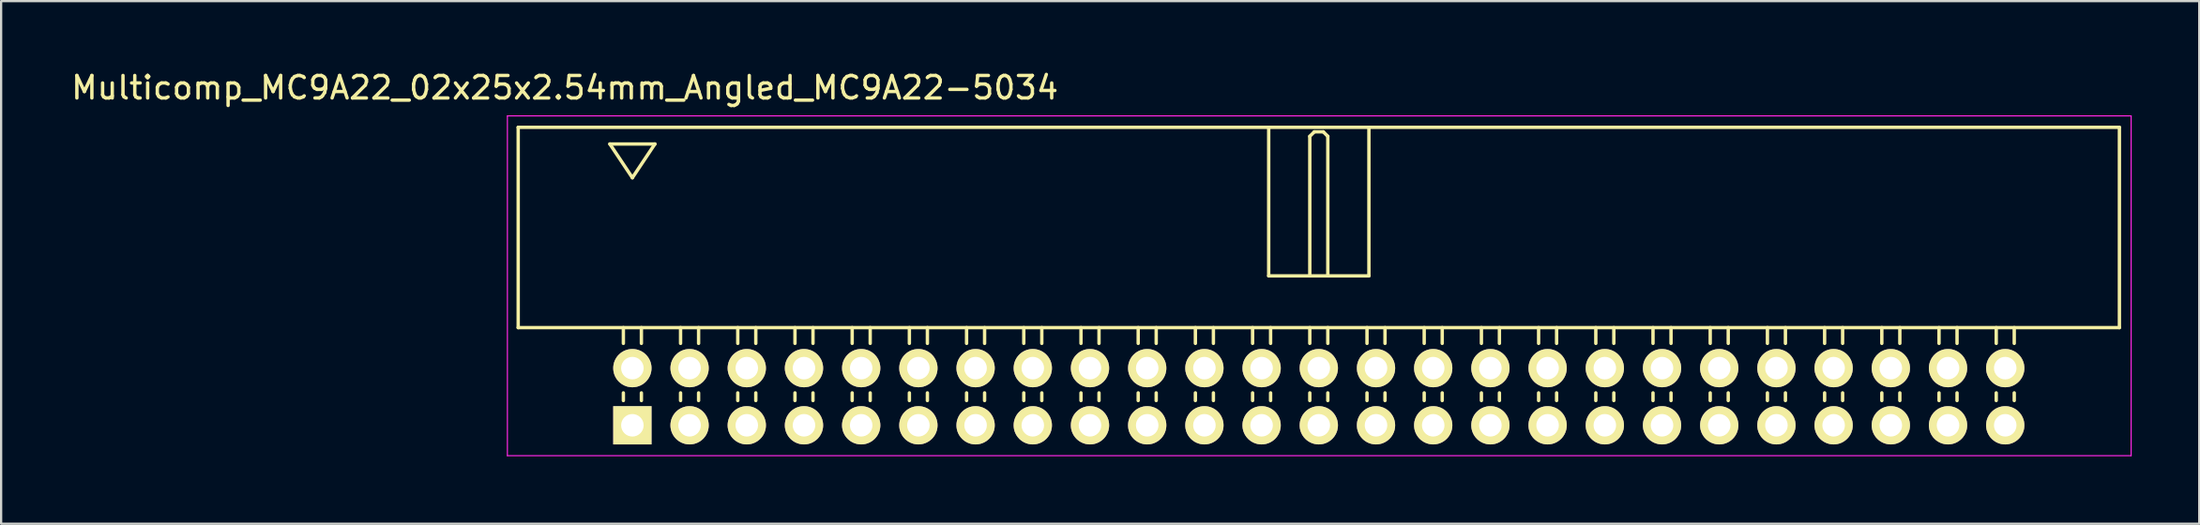
<source format=kicad_pcb>
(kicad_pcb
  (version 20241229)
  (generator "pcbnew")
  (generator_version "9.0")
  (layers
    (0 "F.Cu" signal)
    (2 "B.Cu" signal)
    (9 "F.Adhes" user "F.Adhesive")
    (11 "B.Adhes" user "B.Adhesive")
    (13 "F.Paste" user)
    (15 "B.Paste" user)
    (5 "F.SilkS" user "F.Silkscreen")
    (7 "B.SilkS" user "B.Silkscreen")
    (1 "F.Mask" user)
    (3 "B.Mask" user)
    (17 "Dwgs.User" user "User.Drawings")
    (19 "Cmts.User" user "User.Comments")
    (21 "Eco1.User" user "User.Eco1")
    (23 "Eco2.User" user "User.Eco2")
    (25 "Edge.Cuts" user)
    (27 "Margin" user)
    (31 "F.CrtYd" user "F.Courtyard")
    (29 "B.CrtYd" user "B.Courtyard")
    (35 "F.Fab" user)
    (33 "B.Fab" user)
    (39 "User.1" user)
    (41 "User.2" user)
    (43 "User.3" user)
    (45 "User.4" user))
  (footprint "Multicomp_MC9A22_02x25x2.54mm_Angled_MC9A22-5034"
    (layer "F.Cu")
    (at 25.03 15.848)
    (property "Reference" "Multicomp_MC9A22_02x25x2.54mm_Angled_MC9A22-5034" (at -3 -15 0) (layer "F.SilkS") (effects (font (size 1 1) (thickness 0.15))))
    (attr through_hole)
    (fp_line (start -5.07 -13.24) (end 66.03 -13.24) (stroke (width 0.15) (type solid)) (layer "F.SilkS"))
    (fp_line (start -5.07 -4.34) (end -5.07 -13.24) (stroke (width 0.15) (type solid)) (layer "F.SilkS"))
    (fp_line (start -1 -12.5) (end 1 -12.5) (stroke (width 0.15) (type solid)) (layer "F.SilkS"))
    (fp_line (start -0.4 -3.64) (end -0.4 -4.34) (stroke (width 0.15) (type solid)) (layer "F.SilkS"))
    (fp_line (start -0.4 -1.1) (end -0.4 -1.44) (stroke (width 0.15) (type solid)) (layer "F.SilkS"))
    (fp_line (start 0 -11) (end -1 -12.5) (stroke (width 0.15) (type solid)) (layer "F.SilkS"))
    (fp_line (start 0.4 -3.64) (end 0.4 -4.34) (stroke (width 0.15) (type solid)) (layer "F.SilkS"))
    (fp_line (start 0.4 -1.1) (end 0.4 -1.44) (stroke (width 0.15) (type solid)) (layer "F.SilkS"))
    (fp_line (start 1 -12.5) (end 0 -11) (stroke (width 0.15) (type solid)) (layer "F.SilkS"))
    (fp_line (start 2.14 -3.64) (end 2.14 -4.34) (stroke (width 0.15) (type solid)) (layer "F.SilkS"))
    (fp_line (start 2.14 -1.1) (end 2.14 -1.44) (stroke (width 0.15) (type solid)) (layer "F.SilkS"))
    (fp_line (start 2.94 -3.64) (end 2.94 -4.34) (stroke (width 0.15) (type solid)) (layer "F.SilkS"))
    (fp_line (start 2.94 -1.1) (end 2.94 -1.44) (stroke (width 0.15) (type solid)) (layer "F.SilkS"))
    (fp_line (start 4.68 -3.64) (end 4.68 -4.34) (stroke (width 0.15) (type solid)) (layer "F.SilkS"))
    (fp_line (start 4.68 -1.1) (end 4.68 -1.44) (stroke (width 0.15) (type solid)) (layer "F.SilkS"))
    (fp_line (start 5.48 -3.64) (end 5.48 -4.34) (stroke (width 0.15) (type solid)) (layer "F.SilkS"))
    (fp_line (start 5.48 -1.1) (end 5.48 -1.44) (stroke (width 0.15) (type solid)) (layer "F.SilkS"))
    (fp_line (start 7.22 -3.64) (end 7.22 -4.34) (stroke (width 0.15) (type solid)) (layer "F.SilkS"))
    (fp_line (start 7.22 -1.1) (end 7.22 -1.44) (stroke (width 0.15) (type solid)) (layer "F.SilkS"))
    (fp_line (start 8.02 -3.64) (end 8.02 -4.34) (stroke (width 0.15) (type solid)) (layer "F.SilkS"))
    (fp_line (start 8.02 -1.1) (end 8.02 -1.44) (stroke (width 0.15) (type solid)) (layer "F.SilkS"))
    (fp_line (start 9.76 -3.64) (end 9.76 -4.34) (stroke (width 0.15) (type solid)) (layer "F.SilkS"))
    (fp_line (start 9.76 -1.1) (end 9.76 -1.44) (stroke (width 0.15) (type solid)) (layer "F.SilkS"))
    (fp_line (start 10.56 -3.64) (end 10.56 -4.34) (stroke (width 0.15) (type solid)) (layer "F.SilkS"))
    (fp_line (start 10.56 -1.1) (end 10.56 -1.44) (stroke (width 0.15) (type solid)) (layer "F.SilkS"))
    (fp_line (start 12.3 -3.64) (end 12.3 -4.34) (stroke (width 0.15) (type solid)) (layer "F.SilkS"))
    (fp_line (start 12.3 -1.1) (end 12.3 -1.44) (stroke (width 0.15) (type solid)) (layer "F.SilkS"))
    (fp_line (start 13.1 -3.64) (end 13.1 -4.34) (stroke (width 0.15) (type solid)) (layer "F.SilkS"))
    (fp_line (start 13.1 -1.1) (end 13.1 -1.44) (stroke (width 0.15) (type solid)) (layer "F.SilkS"))
    (fp_line (start 14.84 -3.64) (end 14.84 -4.34) (stroke (width 0.15) (type solid)) (layer "F.SilkS"))
    (fp_line (start 14.84 -1.1) (end 14.84 -1.44) (stroke (width 0.15) (type solid)) (layer "F.SilkS"))
    (fp_line (start 15.64 -3.64) (end 15.64 -4.34) (stroke (width 0.15) (type solid)) (layer "F.SilkS"))
    (fp_line (start 15.64 -1.1) (end 15.64 -1.44) (stroke (width 0.15) (type solid)) (layer "F.SilkS"))
    (fp_line (start 17.38 -3.64) (end 17.38 -4.34) (stroke (width 0.15) (type solid)) (layer "F.SilkS"))
    (fp_line (start 17.38 -1.1) (end 17.38 -1.44) (stroke (width 0.15) (type solid)) (layer "F.SilkS"))
    (fp_line (start 18.18 -3.64) (end 18.18 -4.34) (stroke (width 0.15) (type solid)) (layer "F.SilkS"))
    (fp_line (start 18.18 -1.1) (end 18.18 -1.44) (stroke (width 0.15) (type solid)) (layer "F.SilkS"))
    (fp_line (start 19.92 -3.64) (end 19.92 -4.34) (stroke (width 0.15) (type solid)) (layer "F.SilkS"))
    (fp_line (start 19.92 -1.1) (end 19.92 -1.44) (stroke (width 0.15) (type solid)) (layer "F.SilkS"))
    (fp_line (start 20.72 -3.64) (end 20.72 -4.34) (stroke (width 0.15) (type solid)) (layer "F.SilkS"))
    (fp_line (start 20.72 -1.1) (end 20.72 -1.44) (stroke (width 0.15) (type solid)) (layer "F.SilkS"))
    (fp_line (start 22.46 -3.64) (end 22.46 -4.34) (stroke (width 0.15) (type solid)) (layer "F.SilkS"))
    (fp_line (start 22.46 -1.1) (end 22.46 -1.44) (stroke (width 0.15) (type solid)) (layer "F.SilkS"))
    (fp_line (start 23.26 -3.64) (end 23.26 -4.34) (stroke (width 0.15) (type solid)) (layer "F.SilkS"))
    (fp_line (start 23.26 -1.1) (end 23.26 -1.44) (stroke (width 0.15) (type solid)) (layer "F.SilkS"))
    (fp_line (start 25 -3.64) (end 25 -4.34) (stroke (width 0.15) (type solid)) (layer "F.SilkS"))
    (fp_line (start 25 -1.1) (end 25 -1.44) (stroke (width 0.15) (type solid)) (layer "F.SilkS"))
    (fp_line (start 25.8 -3.64) (end 25.8 -4.34) (stroke (width 0.15) (type solid)) (layer "F.SilkS"))
    (fp_line (start 25.8 -1.1) (end 25.8 -1.44) (stroke (width 0.15) (type solid)) (layer "F.SilkS"))
    (fp_line (start 27.54 -3.64) (end 27.54 -4.34) (stroke (width 0.15) (type solid)) (layer "F.SilkS"))
    (fp_line (start 27.54 -1.1) (end 27.54 -1.44) (stroke (width 0.15) (type solid)) (layer "F.SilkS"))
    (fp_line (start 28.255 -13.24) (end 28.255 -6.64) (stroke (width 0.15) (type solid)) (layer "F.SilkS"))
    (fp_line (start 28.255 -6.64) (end 32.705 -6.64) (stroke (width 0.15) (type solid)) (layer "F.SilkS"))
    (fp_line (start 28.34 -3.64) (end 28.34 -4.34) (stroke (width 0.15) (type solid)) (layer "F.SilkS"))
    (fp_line (start 28.34 -1.1) (end 28.34 -1.44) (stroke (width 0.15) (type solid)) (layer "F.SilkS"))
    (fp_line (start 30.08 -12.84) (end 30.28 -13.04) (stroke (width 0.15) (type solid)) (layer "F.SilkS"))
    (fp_line (start 30.08 -6.64) (end 30.08 -12.84) (stroke (width 0.15) (type solid)) (layer "F.SilkS"))
    (fp_line (start 30.08 -3.64) (end 30.08 -4.34) (stroke (width 0.15) (type solid)) (layer "F.SilkS"))
    (fp_line (start 30.08 -1.1) (end 30.08 -1.44) (stroke (width 0.15) (type solid)) (layer "F.SilkS"))
    (fp_line (start 30.28 -13.04) (end 30.68 -13.04) (stroke (width 0.15) (type solid)) (layer "F.SilkS"))
    (fp_line (start 30.68 -13.04) (end 30.88 -12.84) (stroke (width 0.15) (type solid)) (layer "F.SilkS"))
    (fp_line (start 30.88 -12.84) (end 30.88 -6.64) (stroke (width 0.15) (type solid)) (layer "F.SilkS"))
    (fp_line (start 30.88 -3.64) (end 30.88 -4.34) (stroke (width 0.15) (type solid)) (layer "F.SilkS"))
    (fp_line (start 30.88 -1.1) (end 30.88 -1.44) (stroke (width 0.15) (type solid)) (layer "F.SilkS"))
    (fp_line (start 32.62 -3.64) (end 32.62 -4.34) (stroke (width 0.15) (type solid)) (layer "F.SilkS"))
    (fp_line (start 32.62 -1.1) (end 32.62 -1.44) (stroke (width 0.15) (type solid)) (layer "F.SilkS"))
    (fp_line (start 32.705 -6.64) (end 32.705 -13.24) (stroke (width 0.15) (type solid)) (layer "F.SilkS"))
    (fp_line (start 33.42 -3.64) (end 33.42 -4.34) (stroke (width 0.15) (type solid)) (layer "F.SilkS"))
    (fp_line (start 33.42 -1.1) (end 33.42 -1.44) (stroke (width 0.15) (type solid)) (layer "F.SilkS"))
    (fp_line (start 35.16 -3.64) (end 35.16 -4.34) (stroke (width 0.15) (type solid)) (layer "F.SilkS"))
    (fp_line (start 35.16 -1.1) (end 35.16 -1.44) (stroke (width 0.15) (type solid)) (layer "F.SilkS"))
    (fp_line (start 35.96 -3.64) (end 35.96 -4.34) (stroke (width 0.15) (type solid)) (layer "F.SilkS"))
    (fp_line (start 35.96 -1.1) (end 35.96 -1.44) (stroke (width 0.15) (type solid)) (layer "F.SilkS"))
    (fp_line (start 37.7 -3.64) (end 37.7 -4.34) (stroke (width 0.15) (type solid)) (layer "F.SilkS"))
    (fp_line (start 37.7 -1.1) (end 37.7 -1.44) (stroke (width 0.15) (type solid)) (layer "F.SilkS"))
    (fp_line (start 38.5 -3.64) (end 38.5 -4.34) (stroke (width 0.15) (type solid)) (layer "F.SilkS"))
    (fp_line (start 38.5 -1.1) (end 38.5 -1.44) (stroke (width 0.15) (type solid)) (layer "F.SilkS"))
    (fp_line (start 40.24 -3.64) (end 40.24 -4.34) (stroke (width 0.15) (type solid)) (layer "F.SilkS"))
    (fp_line (start 40.24 -1.1) (end 40.24 -1.44) (stroke (width 0.15) (type solid)) (layer "F.SilkS"))
    (fp_line (start 41.04 -3.64) (end 41.04 -4.34) (stroke (width 0.15) (type solid)) (layer "F.SilkS"))
    (fp_line (start 41.04 -1.1) (end 41.04 -1.44) (stroke (width 0.15) (type solid)) (layer "F.SilkS"))
    (fp_line (start 42.78 -3.64) (end 42.78 -4.34) (stroke (width 0.15) (type solid)) (layer "F.SilkS"))
    (fp_line (start 42.78 -1.1) (end 42.78 -1.44) (stroke (width 0.15) (type solid)) (layer "F.SilkS"))
    (fp_line (start 43.58 -3.64) (end 43.58 -4.34) (stroke (width 0.15) (type solid)) (layer "F.SilkS"))
    (fp_line (start 43.58 -1.1) (end 43.58 -1.44) (stroke (width 0.15) (type solid)) (layer "F.SilkS"))
    (fp_line (start 45.32 -3.64) (end 45.32 -4.34) (stroke (width 0.15) (type solid)) (layer "F.SilkS"))
    (fp_line (start 45.32 -1.1) (end 45.32 -1.44) (stroke (width 0.15) (type solid)) (layer "F.SilkS"))
    (fp_line (start 46.12 -3.64) (end 46.12 -4.34) (stroke (width 0.15) (type solid)) (layer "F.SilkS"))
    (fp_line (start 46.12 -1.1) (end 46.12 -1.44) (stroke (width 0.15) (type solid)) (layer "F.SilkS"))
    (fp_line (start 47.86 -3.64) (end 47.86 -4.34) (stroke (width 0.15) (type solid)) (layer "F.SilkS"))
    (fp_line (start 47.86 -1.1) (end 47.86 -1.44) (stroke (width 0.15) (type solid)) (layer "F.SilkS"))
    (fp_line (start 48.66 -3.64) (end 48.66 -4.34) (stroke (width 0.15) (type solid)) (layer "F.SilkS"))
    (fp_line (start 48.66 -1.1) (end 48.66 -1.44) (stroke (width 0.15) (type solid)) (layer "F.SilkS"))
    (fp_line (start 50.4 -3.64) (end 50.4 -4.34) (stroke (width 0.15) (type solid)) (layer "F.SilkS"))
    (fp_line (start 50.4 -1.1) (end 50.4 -1.44) (stroke (width 0.15) (type solid)) (layer "F.SilkS"))
    (fp_line (start 51.2 -3.64) (end 51.2 -4.34) (stroke (width 0.15) (type solid)) (layer "F.SilkS"))
    (fp_line (start 51.2 -1.1) (end 51.2 -1.44) (stroke (width 0.15) (type solid)) (layer "F.SilkS"))
    (fp_line (start 52.94 -3.64) (end 52.94 -4.34) (stroke (width 0.15) (type solid)) (layer "F.SilkS"))
    (fp_line (start 52.94 -1.1) (end 52.94 -1.44) (stroke (width 0.15) (type solid)) (layer "F.SilkS"))
    (fp_line (start 53.74 -3.64) (end 53.74 -4.34) (stroke (width 0.15) (type solid)) (layer "F.SilkS"))
    (fp_line (start 53.74 -1.1) (end 53.74 -1.44) (stroke (width 0.15) (type solid)) (layer "F.SilkS"))
    (fp_line (start 55.48 -3.64) (end 55.48 -4.34) (stroke (width 0.15) (type solid)) (layer "F.SilkS"))
    (fp_line (start 55.48 -1.1) (end 55.48 -1.44) (stroke (width 0.15) (type solid)) (layer "F.SilkS"))
    (fp_line (start 56.28 -3.64) (end 56.28 -4.34) (stroke (width 0.15) (type solid)) (layer "F.SilkS"))
    (fp_line (start 56.28 -1.1) (end 56.28 -1.44) (stroke (width 0.15) (type solid)) (layer "F.SilkS"))
    (fp_line (start 58.02 -3.64) (end 58.02 -4.34) (stroke (width 0.15) (type solid)) (layer "F.SilkS"))
    (fp_line (start 58.02 -1.1) (end 58.02 -1.44) (stroke (width 0.15) (type solid)) (layer "F.SilkS"))
    (fp_line (start 58.82 -3.64) (end 58.82 -4.34) (stroke (width 0.15) (type solid)) (layer "F.SilkS"))
    (fp_line (start 58.82 -1.1) (end 58.82 -1.44) (stroke (width 0.15) (type solid)) (layer "F.SilkS"))
    (fp_line (start 60.56 -3.64) (end 60.56 -4.34) (stroke (width 0.15) (type solid)) (layer "F.SilkS"))
    (fp_line (start 60.56 -1.1) (end 60.56 -1.44) (stroke (width 0.15) (type solid)) (layer "F.SilkS"))
    (fp_line (start 61.36 -3.64) (end 61.36 -4.34) (stroke (width 0.15) (type solid)) (layer "F.SilkS"))
    (fp_line (start 61.36 -1.1) (end 61.36 -1.44) (stroke (width 0.15) (type solid)) (layer "F.SilkS"))
    (fp_line (start 66.03 -13.24) (end 66.03 -4.34) (stroke (width 0.15) (type solid)) (layer "F.SilkS"))
    (fp_line (start 66.03 -4.34) (end -5.07 -4.34) (stroke (width 0.15) (type solid)) (layer "F.SilkS"))
    (fp_line (start -5.55 -13.75) (end 66.55 -13.75) (stroke (width 0.05) (type solid)) (layer "F.CrtYd"))
    (fp_line (start -5.55 1.35) (end -5.55 -13.75) (stroke (width 0.05) (type solid)) (layer "F.CrtYd"))
    (fp_line (start 66.55 -13.75) (end 66.55 1.35) (stroke (width 0.05) (type solid)) (layer "F.CrtYd"))
    (fp_line (start 66.55 1.35) (end -5.55 1.35) (stroke (width 0.05) (type solid)) (layer "F.CrtYd"))
    (pad "1" thru_hole rect (at 0 0) (size 1.7 1.7) (drill 1) (layers "*.Cu" "*.Mask" "F.SilkS"))
    (pad "2" thru_hole circle (at 0 -2.54) (size 1.7 1.7) (drill 1) (layers "*.Cu" "*.Mask" "F.SilkS"))
    (pad "3" thru_hole circle (at 2.54 0) (size 1.7 1.7) (drill 1) (layers "*.Cu" "*.Mask" "F.SilkS"))
    (pad "4" thru_hole circle (at 2.54 -2.54) (size 1.7 1.7) (drill 1) (layers "*.Cu" "*.Mask" "F.SilkS"))
    (pad "5" thru_hole circle (at 5.08 0) (size 1.7 1.7) (drill 1) (layers "*.Cu" "*.Mask" "F.SilkS"))
    (pad "6" thru_hole circle (at 5.08 -2.54) (size 1.7 1.7) (drill 1) (layers "*.Cu" "*.Mask" "F.SilkS"))
    (pad "7" thru_hole circle (at 7.62 0) (size 1.7 1.7) (drill 1) (layers "*.Cu" "*.Mask" "F.SilkS"))
    (pad "8" thru_hole circle (at 7.62 -2.54) (size 1.7 1.7) (drill 1) (layers "*.Cu" "*.Mask" "F.SilkS"))
    (pad "9" thru_hole circle (at 10.16 0) (size 1.7 1.7) (drill 1) (layers "*.Cu" "*.Mask" "F.SilkS"))
    (pad "10" thru_hole circle (at 10.16 -2.54) (size 1.7 1.7) (drill 1) (layers "*.Cu" "*.Mask" "F.SilkS"))
    (pad "11" thru_hole circle (at 12.7 0) (size 1.7 1.7) (drill 1) (layers "*.Cu" "*.Mask" "F.SilkS"))
    (pad "12" thru_hole circle (at 12.7 -2.54) (size 1.7 1.7) (drill 1) (layers "*.Cu" "*.Mask" "F.SilkS"))
    (pad "13" thru_hole circle (at 15.24 0) (size 1.7 1.7) (drill 1) (layers "*.Cu" "*.Mask" "F.SilkS"))
    (pad "14" thru_hole circle (at 15.24 -2.54) (size 1.7 1.7) (drill 1) (layers "*.Cu" "*.Mask" "F.SilkS"))
    (pad "15" thru_hole circle (at 17.78 0) (size 1.7 1.7) (drill 1) (layers "*.Cu" "*.Mask" "F.SilkS"))
    (pad "16" thru_hole circle (at 17.78 -2.54) (size 1.7 1.7) (drill 1) (layers "*.Cu" "*.Mask" "F.SilkS"))
    (pad "17" thru_hole circle (at 20.32 0) (size 1.7 1.7) (drill 1) (layers "*.Cu" "*.Mask" "F.SilkS"))
    (pad "18" thru_hole circle (at 20.32 -2.54) (size 1.7 1.7) (drill 1) (layers "*.Cu" "*.Mask" "F.SilkS"))
    (pad "19" thru_hole circle (at 22.86 0) (size 1.7 1.7) (drill 1) (layers "*.Cu" "*.Mask" "F.SilkS"))
    (pad "20" thru_hole circle (at 22.86 -2.54) (size 1.7 1.7) (drill 1) (layers "*.Cu" "*.Mask" "F.SilkS"))
    (pad "21" thru_hole circle (at 25.4 0) (size 1.7 1.7) (drill 1) (layers "*.Cu" "*.Mask" "F.SilkS"))
    (pad "22" thru_hole circle (at 25.4 -2.54) (size 1.7 1.7) (drill 1) (layers "*.Cu" "*.Mask" "F.SilkS"))
    (pad "23" thru_hole circle (at 27.94 0) (size 1.7 1.7) (drill 1) (layers "*.Cu" "*.Mask" "F.SilkS"))
    (pad "24" thru_hole circle (at 27.94 -2.54) (size 1.7 1.7) (drill 1) (layers "*.Cu" "*.Mask" "F.SilkS"))
    (pad "25" thru_hole circle (at 30.48 0) (size 1.7 1.7) (drill 1) (layers "*.Cu" "*.Mask" "F.SilkS"))
    (pad "26" thru_hole circle (at 30.48 -2.54) (size 1.7 1.7) (drill 1) (layers "*.Cu" "*.Mask" "F.SilkS"))
    (pad "27" thru_hole circle (at 33.02 0) (size 1.7 1.7) (drill 1) (layers "*.Cu" "*.Mask" "F.SilkS"))
    (pad "28" thru_hole circle (at 33.02 -2.54) (size 1.7 1.7) (drill 1) (layers "*.Cu" "*.Mask" "F.SilkS"))
    (pad "29" thru_hole circle (at 35.56 0) (size 1.7 1.7) (drill 1) (layers "*.Cu" "*.Mask" "F.SilkS"))
    (pad "30" thru_hole circle (at 35.56 -2.54) (size 1.7 1.7) (drill 1) (layers "*.Cu" "*.Mask" "F.SilkS"))
    (pad "31" thru_hole circle (at 38.1 0) (size 1.7 1.7) (drill 1) (layers "*.Cu" "*.Mask" "F.SilkS"))
    (pad "32" thru_hole circle (at 38.1 -2.54) (size 1.7 1.7) (drill 1) (layers "*.Cu" "*.Mask" "F.SilkS"))
    (pad "33" thru_hole circle (at 40.64 0) (size 1.7 1.7) (drill 1) (layers "*.Cu" "*.Mask" "F.SilkS"))
    (pad "34" thru_hole circle (at 40.64 -2.54) (size 1.7 1.7) (drill 1) (layers "*.Cu" "*.Mask" "F.SilkS"))
    (pad "35" thru_hole circle (at 43.18 0) (size 1.7 1.7) (drill 1) (layers "*.Cu" "*.Mask" "F.SilkS"))
    (pad "36" thru_hole circle (at 43.18 -2.54) (size 1.7 1.7) (drill 1) (layers "*.Cu" "*.Mask" "F.SilkS"))
    (pad "37" thru_hole circle (at 45.72 0) (size 1.7 1.7) (drill 1) (layers "*.Cu" "*.Mask" "F.SilkS"))
    (pad "38" thru_hole circle (at 45.72 -2.54) (size 1.7 1.7) (drill 1) (layers "*.Cu" "*.Mask" "F.SilkS"))
    (pad "39" thru_hole circle (at 48.26 0) (size 1.7 1.7) (drill 1) (layers "*.Cu" "*.Mask" "F.SilkS"))
    (pad "40" thru_hole circle (at 48.26 -2.54) (size 1.7 1.7) (drill 1) (layers "*.Cu" "*.Mask" "F.SilkS"))
    (pad "41" thru_hole circle (at 50.8 0) (size 1.7 1.7) (drill 1) (layers "*.Cu" "*.Mask" "F.SilkS"))
    (pad "42" thru_hole circle (at 50.8 -2.54) (size 1.7 1.7) (drill 1) (layers "*.Cu" "*.Mask" "F.SilkS"))
    (pad "43" thru_hole circle (at 53.34 0) (size 1.7 1.7) (drill 1) (layers "*.Cu" "*.Mask" "F.SilkS"))
    (pad "44" thru_hole circle (at 53.34 -2.54) (size 1.7 1.7) (drill 1) (layers "*.Cu" "*.Mask" "F.SilkS"))
    (pad "45" thru_hole circle (at 55.88 0) (size 1.7 1.7) (drill 1) (layers "*.Cu" "*.Mask" "F.SilkS"))
    (pad "46" thru_hole circle (at 55.88 -2.54) (size 1.7 1.7) (drill 1) (layers "*.Cu" "*.Mask" "F.SilkS"))
    (pad "47" thru_hole circle (at 58.42 0) (size 1.7 1.7) (drill 1) (layers "*.Cu" "*.Mask" "F.SilkS"))
    (pad "48" thru_hole circle (at 58.42 -2.54) (size 1.7 1.7) (drill 1) (layers "*.Cu" "*.Mask" "F.SilkS"))
    (pad "49" thru_hole circle (at 60.96 0) (size 1.7 1.7) (drill 1) (layers "*.Cu" "*.Mask" "F.SilkS"))
    (pad "50" thru_hole circle (at 60.96 -2.54) (size 1.7 1.7) (drill 1) (layers "*.Cu" "*.Mask" "F.SilkS")))
  (gr_rect
    (start -3 -3)
    (end 94.605 20.223)
    (stroke (width 0.1) (type default))
    (fill no)
    (layer "Edge.Cuts")))
</source>
